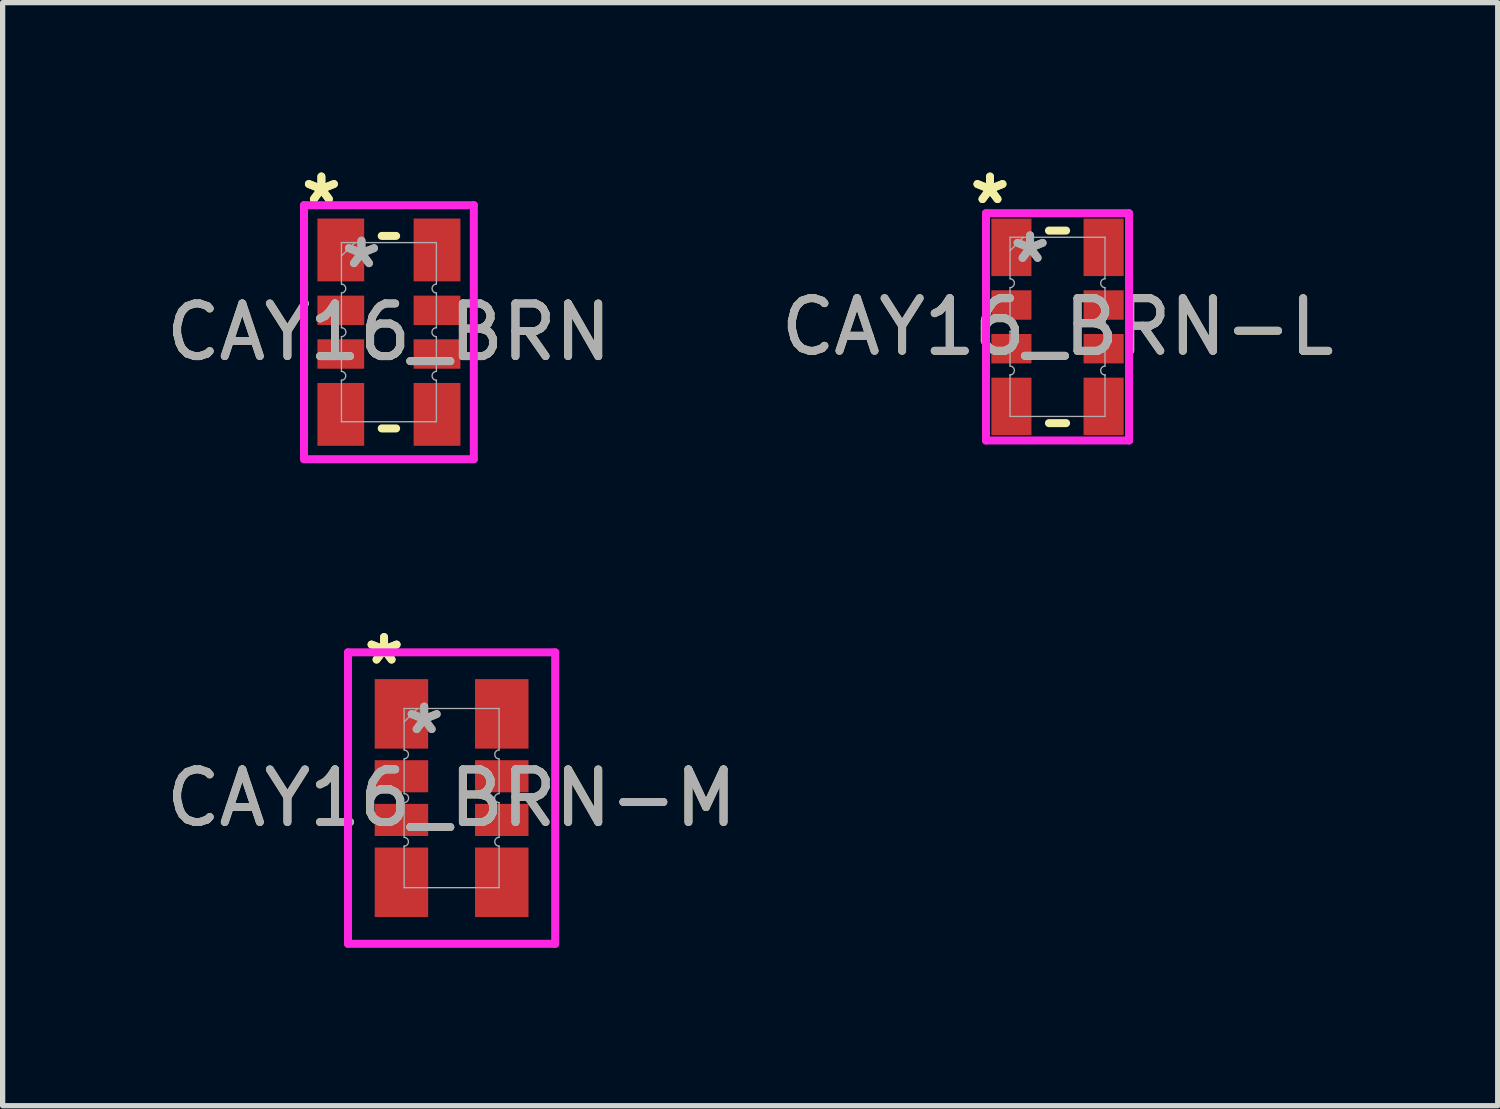
<source format=kicad_pcb>
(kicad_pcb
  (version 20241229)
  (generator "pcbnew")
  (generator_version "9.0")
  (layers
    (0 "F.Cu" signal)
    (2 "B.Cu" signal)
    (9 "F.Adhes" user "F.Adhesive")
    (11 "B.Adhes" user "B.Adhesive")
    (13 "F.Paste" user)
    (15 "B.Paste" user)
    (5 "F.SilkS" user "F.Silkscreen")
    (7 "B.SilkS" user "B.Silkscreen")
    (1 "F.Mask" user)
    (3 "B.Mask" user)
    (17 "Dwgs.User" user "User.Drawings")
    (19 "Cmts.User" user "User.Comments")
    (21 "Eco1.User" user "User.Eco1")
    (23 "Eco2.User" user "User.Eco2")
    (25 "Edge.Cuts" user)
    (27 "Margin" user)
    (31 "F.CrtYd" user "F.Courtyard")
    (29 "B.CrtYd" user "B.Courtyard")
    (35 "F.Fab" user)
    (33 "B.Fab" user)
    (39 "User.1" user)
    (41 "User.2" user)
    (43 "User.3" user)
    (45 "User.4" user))
  (footprint "CAY16_BRN"
    (layer "F.Cu")
    (at 4.339 3.261)
    (property "Reference" "CAY16_BRN" (at 0 0 0) (unlocked yes) (layer "F.SilkS") (effects (font (size 1 1) (thickness 0.15))))
    (attr smd)
    (fp_line (start -0.137 -1.829) (end 0.137 -1.829) (stroke (width 0.152) (type solid)) (layer "F.SilkS"))
    (fp_line (start -0.137 1.829) (end 0.137 1.829) (stroke (width 0.152) (type solid)) (layer "F.SilkS"))
    (fp_line (start -1.613 -2.413) (end 1.613 -2.413) (stroke (width 0.152) (type solid)) (layer "F.CrtYd"))
    (fp_line (start -1.613 2.413) (end -1.613 -2.413) (stroke (width 0.152) (type solid)) (layer "F.CrtYd"))
    (fp_line (start 1.613 -2.413) (end 1.613 2.413) (stroke (width 0.152) (type solid)) (layer "F.CrtYd"))
    (fp_line (start 1.613 2.413) (end -1.613 2.413) (stroke (width 0.152) (type solid)) (layer "F.CrtYd"))
    (fp_line (start -0.902 -1.702) (end 0.902 -1.702) (stroke (width 0.025) (type solid)) (layer "F.Fab"))
    (fp_line (start -0.902 -0.914) (end -0.902 -1.702) (stroke (width 0.025) (type solid)) (layer "F.Fab"))
    (fp_line (start -0.902 -0.745) (end -0.902 -0.085) (stroke (width 0.025) (type solid)) (layer "F.Fab"))
    (fp_line (start -0.902 0.085) (end -0.902 0.745) (stroke (width 0.025) (type solid)) (layer "F.Fab"))
    (fp_line (start -0.902 0.914) (end -0.902 0.914) (stroke (width 0.025) (type solid)) (layer "F.Fab"))
    (fp_line (start -0.902 0.914) (end -0.902 1.702) (stroke (width 0.025) (type solid)) (layer "F.Fab"))
    (fp_line (start -0.902 1.702) (end 0.902 1.702) (stroke (width 0.025) (type solid)) (layer "F.Fab"))
    (fp_line (start -0.648 -1.702) (end -0.902 -1.448) (stroke (width 0.025) (type solid)) (layer "F.Fab"))
    (fp_line (start 0.902 -0.914) (end 0.902 -1.702) (stroke (width 0.025) (type solid)) (layer "F.Fab"))
    (fp_line (start 0.902 -0.745) (end 0.902 -0.085) (stroke (width 0.025) (type solid)) (layer "F.Fab"))
    (fp_line (start 0.902 0.085) (end 0.902 0.745) (stroke (width 0.025) (type solid)) (layer "F.Fab"))
    (fp_line (start 0.902 0.914) (end 0.902 0.914) (stroke (width 0.025) (type solid)) (layer "F.Fab"))
    (fp_line (start 0.902 0.914) (end 0.902 1.702) (stroke (width 0.025) (type solid)) (layer "F.Fab"))
    (fp_arc (start -0.9017 -0.914146) (mid -0.817118 -0.829564) (end -0.9017 -0.744982) (stroke (width 0.0254) (type solid)) (layer "F.Fab"))
    (fp_arc (start -0.9017 -0.084582) (mid -0.817118 0) (end -0.9017 0.084582) (stroke (width 0.0254) (type solid)) (layer "F.Fab"))
    (fp_arc (start -0.9017 0.744982) (mid -0.817118 0.829564) (end -0.9017 0.914146) (stroke (width 0.0254) (type solid)) (layer "F.Fab"))
    (fp_arc (start 0.9017 -0.744982) (mid 0.817118 -0.829564) (end 0.9017 -0.914146) (stroke (width 0.0254) (type solid)) (layer "F.Fab"))
    (fp_arc (start 0.9017 0.084582) (mid 0.817118 0) (end 0.9017 -0.084582) (stroke (width 0.0254) (type solid)) (layer "F.Fab"))
    (fp_arc (start 0.9017 0.914146) (mid 0.817118 0.829564) (end 0.9017 0.744982) (stroke (width 0.0254) (type solid)) (layer "F.Fab"))
    (fp_text user "*" (at -1.283 -2.413 0) (layer "F.SilkS") (effects (font (size 1 1) (thickness 0.15))))
    (fp_text user "*" (at -1.283 -2.413 0) (unlocked yes) (layer "F.SilkS") (effects (font (size 1 1) (thickness 0.15))))
    (fp_text user "*" (at -0.521 -1.194 0) (layer "F.Fab") (effects (font (size 1 1) (thickness 0.15))))
    (fp_text user "*" (at -0.521 -1.194 0) (unlocked yes) (layer "F.Fab") (effects (font (size 1 1) (thickness 0.15))))
    (fp_text user "${REFERENCE}" (at 0 0 0) (unlocked yes) (layer "F.Fab") (effects (font (size 1 1) (thickness 0.15))))
    (pad "1" smd rect (at -0.914 -1.562) (size 0.889 1.194) (layers "F.Cu" "F.Mask" "F.Paste"))
    (pad "2" smd rect (at -0.914 -0.415) (size 0.889 0.559) (layers "F.Cu" "F.Mask" "F.Paste"))
    (pad "3" smd rect (at -0.914 0.415) (size 0.889 0.559) (layers "F.Cu" "F.Mask" "F.Paste"))
    (pad "4" smd rect (at -0.914 1.562) (size 0.889 1.194) (layers "F.Cu" "F.Mask" "F.Paste"))
    (pad "5" smd rect (at 0.914 1.562) (size 0.889 1.194) (layers "F.Cu" "F.Mask" "F.Paste"))
    (pad "6" smd rect (at 0.914 0.415) (size 0.889 0.559) (layers "F.Cu" "F.Mask" "F.Paste"))
    (pad "7" smd rect (at 0.914 -0.415) (size 0.889 0.559) (layers "F.Cu" "F.Mask" "F.Paste"))
    (pad "8" smd rect (at 0.914 -1.562) (size 0.889 1.194) (layers "F.Cu" "F.Mask" "F.Paste")))
  (footprint "CAY16_BRN-L"
    (layer "F.Cu")
    (at 17.042 3.16)
    (property "Reference" "CAY16_BRN-L" (at 0 0 0) (unlocked yes) (layer "F.SilkS") (effects (font (size 1 1) (thickness 0.15))))
    (attr smd)
    (fp_line (start -0.163 -1.829) (end 0.163 -1.829) (stroke (width 0.152) (type solid)) (layer "F.SilkS"))
    (fp_line (start -0.163 1.829) (end 0.163 1.829) (stroke (width 0.152) (type solid)) (layer "F.SilkS"))
    (fp_line (start -1.359 -2.159) (end 1.359 -2.159) (stroke (width 0.152) (type solid)) (layer "F.CrtYd"))
    (fp_line (start -1.359 2.159) (end -1.359 -2.159) (stroke (width 0.152) (type solid)) (layer "F.CrtYd"))
    (fp_line (start 1.359 -2.159) (end 1.359 2.159) (stroke (width 0.152) (type solid)) (layer "F.CrtYd"))
    (fp_line (start 1.359 2.159) (end -1.359 2.159) (stroke (width 0.152) (type solid)) (layer "F.CrtYd"))
    (fp_line (start -0.902 -1.702) (end 0.902 -1.702) (stroke (width 0.025) (type solid)) (layer "F.Fab"))
    (fp_line (start -0.902 -0.914) (end -0.902 -1.702) (stroke (width 0.025) (type solid)) (layer "F.Fab"))
    (fp_line (start -0.902 -0.745) (end -0.902 -0.085) (stroke (width 0.025) (type solid)) (layer "F.Fab"))
    (fp_line (start -0.902 0.085) (end -0.902 0.745) (stroke (width 0.025) (type solid)) (layer "F.Fab"))
    (fp_line (start -0.902 0.914) (end -0.902 0.914) (stroke (width 0.025) (type solid)) (layer "F.Fab"))
    (fp_line (start -0.902 0.914) (end -0.902 1.702) (stroke (width 0.025) (type solid)) (layer "F.Fab"))
    (fp_line (start -0.902 1.702) (end 0.902 1.702) (stroke (width 0.025) (type solid)) (layer "F.Fab"))
    (fp_line (start -0.648 -1.702) (end -0.902 -1.448) (stroke (width 0.025) (type solid)) (layer "F.Fab"))
    (fp_line (start 0.902 -0.914) (end 0.902 -1.702) (stroke (width 0.025) (type solid)) (layer "F.Fab"))
    (fp_line (start 0.902 -0.745) (end 0.902 -0.085) (stroke (width 0.025) (type solid)) (layer "F.Fab"))
    (fp_line (start 0.902 0.085) (end 0.902 0.745) (stroke (width 0.025) (type solid)) (layer "F.Fab"))
    (fp_line (start 0.902 0.914) (end 0.902 0.914) (stroke (width 0.025) (type solid)) (layer "F.Fab"))
    (fp_line (start 0.902 0.914) (end 0.902 1.702) (stroke (width 0.025) (type solid)) (layer "F.Fab"))
    (fp_arc (start -0.9017 -0.914146) (mid -0.817118 -0.829564) (end -0.9017 -0.744982) (stroke (width 0.0254) (type solid)) (layer "F.Fab"))
    (fp_arc (start -0.9017 -0.084582) (mid -0.817118 0) (end -0.9017 0.084582) (stroke (width 0.0254) (type solid)) (layer "F.Fab"))
    (fp_arc (start -0.9017 0.744982) (mid -0.817118 0.829564) (end -0.9017 0.914146) (stroke (width 0.0254) (type solid)) (layer "F.Fab"))
    (fp_arc (start 0.9017 -0.744982) (mid 0.817118 -0.829564) (end 0.9017 -0.914146) (stroke (width 0.0254) (type solid)) (layer "F.Fab"))
    (fp_arc (start 0.9017 0.084582) (mid 0.817118 0) (end 0.9017 -0.084582) (stroke (width 0.0254) (type solid)) (layer "F.Fab"))
    (fp_arc (start 0.9017 0.914146) (mid 0.817118 0.829564) (end 0.9017 0.744982) (stroke (width 0.0254) (type solid)) (layer "F.Fab"))
    (fp_text user "*" (at -1.283 -2.311 0) (unlocked yes) (layer "F.SilkS") (effects (font (size 1 1) (thickness 0.15))))
    (fp_text user "*" (at -1.283 -2.311 0) (layer "F.SilkS") (effects (font (size 1 1) (thickness 0.15))))
    (fp_text user "*" (at -0.521 -1.194 0) (unlocked yes) (layer "F.Fab") (effects (font (size 1 1) (thickness 0.15))))
    (fp_text user "${REFERENCE}" (at 0 0 0) (unlocked yes) (layer "F.Fab") (effects (font (size 1 1) (thickness 0.15))))
    (fp_text user "*" (at -0.521 -1.194 0) (layer "F.Fab") (effects (font (size 1 1) (thickness 0.15))))
    (pad "1" smd rect (at -0.876 -1.511) (size 0.762 1.092) (layers "F.Cu" "F.Mask" "F.Paste"))
    (pad "2" smd rect (at -0.876 -0.415) (size 0.762 0.559) (layers "F.Cu" "F.Mask" "F.Paste"))
    (pad "3" smd rect (at -0.876 0.415) (size 0.762 0.559) (layers "F.Cu" "F.Mask" "F.Paste"))
    (pad "4" smd rect (at -0.876 1.511) (size 0.762 1.092) (layers "F.Cu" "F.Mask" "F.Paste"))
    (pad "5" smd rect (at 0.876 1.511) (size 0.762 1.092) (layers "F.Cu" "F.Mask" "F.Paste"))
    (pad "6" smd rect (at 0.876 0.415) (size 0.762 0.559) (layers "F.Cu" "F.Mask" "F.Paste"))
    (pad "7" smd rect (at 0.876 -0.415) (size 0.762 0.559) (layers "F.Cu" "F.Mask" "F.Paste"))
    (pad "8" smd rect (at 0.876 -1.511) (size 0.762 1.092) (layers "F.Cu" "F.Mask" "F.Paste")))
  (footprint "CAY16_BRN-M"
    (layer "F.Cu")
    (at 5.53 12.113)
    (property "Reference" "CAY16_BRN-M" (at 0 0 0) (unlocked yes) (layer "F.SilkS") (effects (font (size 1 1) (thickness 0.15))))
    (attr smd)
    (fp_line (start -1.968 -2.769) (end 1.968 -2.769) (stroke (width 0.152) (type solid)) (layer "F.CrtYd"))
    (fp_line (start -1.968 2.769) (end -1.968 -2.769) (stroke (width 0.152) (type solid)) (layer "F.CrtYd"))
    (fp_line (start 1.968 -2.769) (end 1.968 2.769) (stroke (width 0.152) (type solid)) (layer "F.CrtYd"))
    (fp_line (start 1.968 2.769) (end -1.968 2.769) (stroke (width 0.152) (type solid)) (layer "F.CrtYd"))
    (fp_line (start -0.902 -1.702) (end 0.902 -1.702) (stroke (width 0.025) (type solid)) (layer "F.Fab"))
    (fp_line (start -0.902 -0.914) (end -0.902 -1.702) (stroke (width 0.025) (type solid)) (layer "F.Fab"))
    (fp_line (start -0.902 -0.745) (end -0.902 -0.085) (stroke (width 0.025) (type solid)) (layer "F.Fab"))
    (fp_line (start -0.902 0.085) (end -0.902 0.745) (stroke (width 0.025) (type solid)) (layer "F.Fab"))
    (fp_line (start -0.902 0.914) (end -0.902 0.914) (stroke (width 0.025) (type solid)) (layer "F.Fab"))
    (fp_line (start -0.902 0.914) (end -0.902 1.702) (stroke (width 0.025) (type solid)) (layer "F.Fab"))
    (fp_line (start -0.902 1.702) (end 0.902 1.702) (stroke (width 0.025) (type solid)) (layer "F.Fab"))
    (fp_line (start -0.648 -1.702) (end -0.902 -1.448) (stroke (width 0.025) (type solid)) (layer "F.Fab"))
    (fp_line (start 0.902 -0.914) (end 0.902 -1.702) (stroke (width 0.025) (type solid)) (layer "F.Fab"))
    (fp_line (start 0.902 -0.745) (end 0.902 -0.085) (stroke (width 0.025) (type solid)) (layer "F.Fab"))
    (fp_line (start 0.902 0.085) (end 0.902 0.745) (stroke (width 0.025) (type solid)) (layer "F.Fab"))
    (fp_line (start 0.902 0.914) (end 0.902 0.914) (stroke (width 0.025) (type solid)) (layer "F.Fab"))
    (fp_line (start 0.902 0.914) (end 0.902 1.702) (stroke (width 0.025) (type solid)) (layer "F.Fab"))
    (fp_arc (start -0.9017 -0.914146) (mid -0.817118 -0.829564) (end -0.9017 -0.744982) (stroke (width 0.0254) (type solid)) (layer "F.Fab"))
    (fp_arc (start -0.9017 -0.084582) (mid -0.817118 0) (end -0.9017 0.084582) (stroke (width 0.0254) (type solid)) (layer "F.Fab"))
    (fp_arc (start -0.9017 0.744982) (mid -0.817118 0.829564) (end -0.9017 0.914146) (stroke (width 0.0254) (type solid)) (layer "F.Fab"))
    (fp_arc (start 0.9017 -0.744982) (mid 0.817118 -0.829564) (end 0.9017 -0.914146) (stroke (width 0.0254) (type solid)) (layer "F.Fab"))
    (fp_arc (start 0.9017 0.084582) (mid 0.817118 0) (end 0.9017 -0.084582) (stroke (width 0.0254) (type solid)) (layer "F.Fab"))
    (fp_arc (start 0.9017 0.914146) (mid 0.817118 0.829564) (end 0.9017 0.744982) (stroke (width 0.0254) (type solid)) (layer "F.Fab"))
    (fp_text user "*" (at -1.283 -2.515 0) (layer "F.SilkS") (effects (font (size 1 1) (thickness 0.15))))
    (fp_text user "*" (at -1.283 -2.515 0) (unlocked yes) (layer "F.SilkS") (effects (font (size 1 1) (thickness 0.15))))
    (fp_text user "*" (at -0.521 -1.194 0) (layer "F.Fab") (effects (font (size 1 1) (thickness 0.15))))
    (fp_text user "*" (at -0.521 -1.194 0) (unlocked yes) (layer "F.Fab") (effects (font (size 1 1) (thickness 0.15))))
    (fp_text user "${REFERENCE}" (at 0 0 0) (unlocked yes) (layer "F.Fab") (effects (font (size 1 1) (thickness 0.15))))
    (pad "1" smd rect (at -0.953 -1.6) (size 1.016 1.321) (layers "F.Cu" "F.Mask" "F.Paste"))
    (pad "2" smd rect (at -0.953 -0.415) (size 1.016 0.61) (layers "F.Cu" "F.Mask" "F.Paste"))
    (pad "3" smd rect (at -0.953 0.415) (size 1.016 0.61) (layers "F.Cu" "F.Mask" "F.Paste"))
    (pad "4" smd rect (at -0.953 1.6) (size 1.016 1.321) (layers "F.Cu" "F.Mask" "F.Paste"))
    (pad "5" smd rect (at 0.953 1.6) (size 1.016 1.321) (layers "F.Cu" "F.Mask" "F.Paste"))
    (pad "6" smd rect (at 0.953 0.415) (size 1.016 0.61) (layers "F.Cu" "F.Mask" "F.Paste"))
    (pad "7" smd rect (at 0.953 -0.415) (size 1.016 0.61) (layers "F.Cu" "F.Mask" "F.Paste"))
    (pad "8" smd rect (at 0.953 -1.6) (size 1.016 1.321) (layers "F.Cu" "F.Mask" "F.Paste")))
  (gr_rect
    (start -3 -3)
    (end 25.405 17.958)
    (stroke (width 0.1) (type default))
    (fill no)
    (layer "Edge.Cuts")))
</source>
